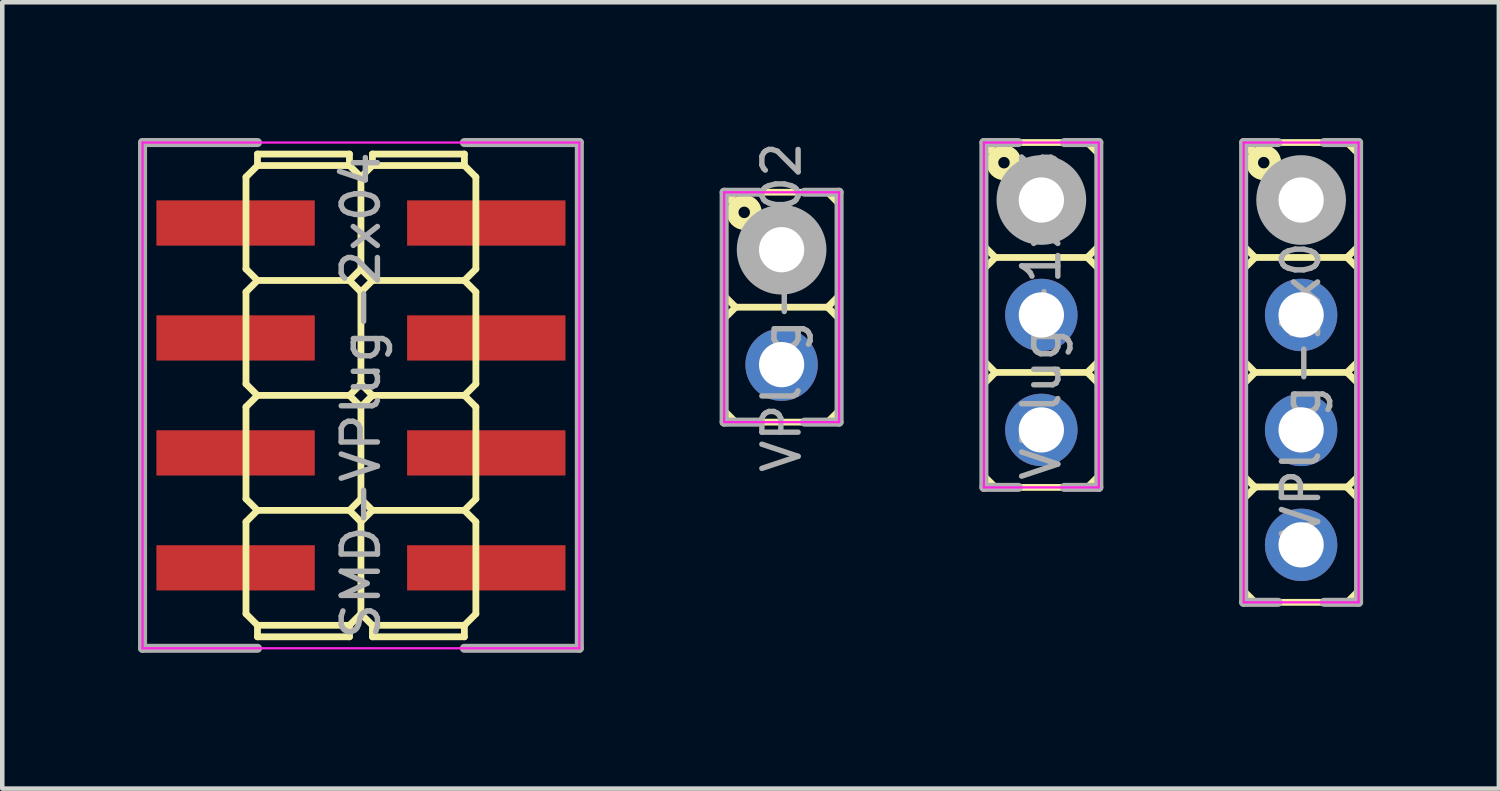
<source format=kicad_pcb>
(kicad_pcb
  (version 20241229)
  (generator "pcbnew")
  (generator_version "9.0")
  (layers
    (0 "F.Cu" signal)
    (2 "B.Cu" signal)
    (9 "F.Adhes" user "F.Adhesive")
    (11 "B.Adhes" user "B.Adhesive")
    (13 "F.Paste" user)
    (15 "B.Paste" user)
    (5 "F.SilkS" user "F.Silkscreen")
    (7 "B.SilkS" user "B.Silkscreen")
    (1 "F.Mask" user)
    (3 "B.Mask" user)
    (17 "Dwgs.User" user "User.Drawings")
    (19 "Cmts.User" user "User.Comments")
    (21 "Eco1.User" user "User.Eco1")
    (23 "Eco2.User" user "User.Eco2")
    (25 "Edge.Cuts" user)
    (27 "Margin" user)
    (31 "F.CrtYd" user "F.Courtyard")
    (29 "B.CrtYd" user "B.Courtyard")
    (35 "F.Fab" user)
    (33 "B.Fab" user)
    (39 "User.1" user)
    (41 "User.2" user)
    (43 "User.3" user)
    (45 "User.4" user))
  (footprint "SMD-VPlug-2x04"
    (layer "F.Cu")
    (at 4.926 5.688)
    (property "Reference" "SMD-VPlug-2x04" (at 0 0 90) (layer "F.Fab") (effects (font (size 0.8 0.8) (thickness 0.12))))
    (attr smd)
    (fp_line (start -2.54 -4.826) (end -2.286 -5.08) (stroke (width 0.15) (type solid)) (layer "F.SilkS"))
    (fp_line (start -2.54 -2.794) (end -2.54 -4.826) (stroke (width 0.15) (type solid)) (layer "F.SilkS"))
    (fp_line (start -2.54 -2.286) (end -2.286 -2.54) (stroke (width 0.15) (type solid)) (layer "F.SilkS"))
    (fp_line (start -2.54 -0.254) (end -2.54 -2.286) (stroke (width 0.15) (type solid)) (layer "F.SilkS"))
    (fp_line (start -2.54 0.254) (end -2.286 0) (stroke (width 0.15) (type solid)) (layer "F.SilkS"))
    (fp_line (start -2.54 2.286) (end -2.54 0.254) (stroke (width 0.15) (type solid)) (layer "F.SilkS"))
    (fp_line (start -2.54 2.794) (end -2.286 2.54) (stroke (width 0.15) (type solid)) (layer "F.SilkS"))
    (fp_line (start -2.54 4.826) (end -2.54 2.794) (stroke (width 0.15) (type solid)) (layer "F.SilkS"))
    (fp_line (start -2.286 -5.334) (end -0.254 -5.334) (stroke (width 0.15) (type solid)) (layer "F.SilkS"))
    (fp_line (start -2.286 -5.08) (end -2.286 -5.334) (stroke (width 0.15) (type solid)) (layer "F.SilkS"))
    (fp_line (start -2.286 -5.08) (end -0.254 -5.08) (stroke (width 0.15) (type solid)) (layer "F.SilkS"))
    (fp_line (start -2.286 -2.54) (end -2.54 -2.794) (stroke (width 0.15) (type solid)) (layer "F.SilkS"))
    (fp_line (start -2.286 0) (end -2.54 -0.254) (stroke (width 0.15) (type solid)) (layer "F.SilkS"))
    (fp_line (start -2.286 2.54) (end -2.54 2.286) (stroke (width 0.15) (type solid)) (layer "F.SilkS"))
    (fp_line (start -2.286 5.08) (end -2.54 4.826) (stroke (width 0.15) (type solid)) (layer "F.SilkS"))
    (fp_line (start -2.286 5.08) (end -2.286 5.334) (stroke (width 0.15) (type solid)) (layer "F.SilkS"))
    (fp_line (start -2.286 5.334) (end -0.254 5.334) (stroke (width 0.15) (type solid)) (layer "F.SilkS"))
    (fp_line (start -0.254 -5.334) (end -0.254 -5.08) (stroke (width 0.15) (type solid)) (layer "F.SilkS"))
    (fp_line (start -0.254 -5.08) (end 0 -4.826) (stroke (width 0.15) (type solid)) (layer "F.SilkS"))
    (fp_line (start -0.254 -2.54) (end -2.286 -2.54) (stroke (width 0.15) (type solid)) (layer "F.SilkS"))
    (fp_line (start -0.254 -2.54) (end 0 -2.286) (stroke (width 0.15) (type solid)) (layer "F.SilkS"))
    (fp_line (start -0.254 0) (end -2.286 0) (stroke (width 0.15) (type solid)) (layer "F.SilkS"))
    (fp_line (start -0.254 0) (end 0 0.254) (stroke (width 0.15) (type solid)) (layer "F.SilkS"))
    (fp_line (start -0.254 2.54) (end -2.286 2.54) (stroke (width 0.15) (type solid)) (layer "F.SilkS"))
    (fp_line (start -0.254 2.54) (end 0 2.794) (stroke (width 0.15) (type solid)) (layer "F.SilkS"))
    (fp_line (start -0.254 5.08) (end -2.286 5.08) (stroke (width 0.15) (type solid)) (layer "F.SilkS"))
    (fp_line (start -0.254 5.334) (end -0.254 5.08) (stroke (width 0.15) (type solid)) (layer "F.SilkS"))
    (fp_line (start 0 -4.826) (end 0 -2.794) (stroke (width 0.15) (type solid)) (layer "F.SilkS"))
    (fp_line (start 0 -4.826) (end 0.254 -5.08) (stroke (width 0.15) (type solid)) (layer "F.SilkS"))
    (fp_line (start 0 -2.794) (end -0.254 -2.54) (stroke (width 0.15) (type solid)) (layer "F.SilkS"))
    (fp_line (start 0 -2.286) (end 0 -0.254) (stroke (width 0.15) (type solid)) (layer "F.SilkS"))
    (fp_line (start 0 -2.286) (end 0.254 -2.54) (stroke (width 0.15) (type solid)) (layer "F.SilkS"))
    (fp_line (start 0 -0.254) (end -0.254 0) (stroke (width 0.15) (type solid)) (layer "F.SilkS"))
    (fp_line (start 0 0.254) (end 0 2.286) (stroke (width 0.15) (type solid)) (layer "F.SilkS"))
    (fp_line (start 0 0.254) (end 0.254 0) (stroke (width 0.15) (type solid)) (layer "F.SilkS"))
    (fp_line (start 0 2.286) (end -0.254 2.54) (stroke (width 0.15) (type solid)) (layer "F.SilkS"))
    (fp_line (start 0 2.794) (end 0 4.826) (stroke (width 0.15) (type solid)) (layer "F.SilkS"))
    (fp_line (start 0 2.794) (end 0.254 2.54) (stroke (width 0.15) (type solid)) (layer "F.SilkS"))
    (fp_line (start 0 4.826) (end -0.254 5.08) (stroke (width 0.15) (type solid)) (layer "F.SilkS"))
    (fp_line (start 0.254 -5.334) (end 2.286 -5.334) (stroke (width 0.15) (type solid)) (layer "F.SilkS"))
    (fp_line (start 0.254 -5.08) (end 0.254 -5.334) (stroke (width 0.15) (type solid)) (layer "F.SilkS"))
    (fp_line (start 0.254 -5.08) (end 2.286 -5.08) (stroke (width 0.15) (type solid)) (layer "F.SilkS"))
    (fp_line (start 0.254 -2.54) (end 0 -2.794) (stroke (width 0.15) (type solid)) (layer "F.SilkS"))
    (fp_line (start 0.254 0) (end 0 -0.254) (stroke (width 0.15) (type solid)) (layer "F.SilkS"))
    (fp_line (start 0.254 2.54) (end 0 2.286) (stroke (width 0.15) (type solid)) (layer "F.SilkS"))
    (fp_line (start 0.254 5.08) (end 0 4.826) (stroke (width 0.15) (type solid)) (layer "F.SilkS"))
    (fp_line (start 0.254 5.08) (end 0.254 5.334) (stroke (width 0.15) (type solid)) (layer "F.SilkS"))
    (fp_line (start 0.254 5.334) (end 2.286 5.334) (stroke (width 0.15) (type solid)) (layer "F.SilkS"))
    (fp_line (start 2.286 -5.334) (end 2.286 -5.08) (stroke (width 0.15) (type solid)) (layer "F.SilkS"))
    (fp_line (start 2.286 -5.08) (end 2.54 -4.826) (stroke (width 0.15) (type solid)) (layer "F.SilkS"))
    (fp_line (start 2.286 -2.54) (end 0.254 -2.54) (stroke (width 0.15) (type solid)) (layer "F.SilkS"))
    (fp_line (start 2.286 -2.54) (end 2.54 -2.286) (stroke (width 0.15) (type solid)) (layer "F.SilkS"))
    (fp_line (start 2.286 0) (end 0.254 0) (stroke (width 0.15) (type solid)) (layer "F.SilkS"))
    (fp_line (start 2.286 0) (end 2.54 0.254) (stroke (width 0.15) (type solid)) (layer "F.SilkS"))
    (fp_line (start 2.286 2.54) (end 0.254 2.54) (stroke (width 0.15) (type solid)) (layer "F.SilkS"))
    (fp_line (start 2.286 2.54) (end 2.54 2.794) (stroke (width 0.15) (type solid)) (layer "F.SilkS"))
    (fp_line (start 2.286 5.08) (end 0.254 5.08) (stroke (width 0.15) (type solid)) (layer "F.SilkS"))
    (fp_line (start 2.286 5.334) (end 2.286 5.08) (stroke (width 0.15) (type solid)) (layer "F.SilkS"))
    (fp_line (start 2.54 -4.826) (end 2.54 -2.794) (stroke (width 0.15) (type solid)) (layer "F.SilkS"))
    (fp_line (start 2.54 -2.794) (end 2.286 -2.54) (stroke (width 0.15) (type solid)) (layer "F.SilkS"))
    (fp_line (start 2.54 -2.286) (end 2.54 -0.254) (stroke (width 0.15) (type solid)) (layer "F.SilkS"))
    (fp_line (start 2.54 -0.254) (end 2.286 0) (stroke (width 0.15) (type solid)) (layer "F.SilkS"))
    (fp_line (start 2.54 0.254) (end 2.54 2.286) (stroke (width 0.15) (type solid)) (layer "F.SilkS"))
    (fp_line (start 2.54 2.286) (end 2.286 2.54) (stroke (width 0.15) (type solid)) (layer "F.SilkS"))
    (fp_line (start 2.54 2.794) (end 2.54 4.826) (stroke (width 0.15) (type solid)) (layer "F.SilkS"))
    (fp_line (start 2.54 4.826) (end 2.286 5.08) (stroke (width 0.15) (type solid)) (layer "F.SilkS"))
    (fp_line (start -4.826 -5.588) (end 4.826 -5.588) (stroke (width 0.05) (type solid)) (layer "F.CrtYd"))
    (fp_line (start -4.826 5.588) (end -4.826 -5.588) (stroke (width 0.05) (type solid)) (layer "F.CrtYd"))
    (fp_line (start 4.826 -5.588) (end 4.826 5.588) (stroke (width 0.05) (type solid)) (layer "F.CrtYd"))
    (fp_line (start 4.826 5.588) (end -4.826 5.588) (stroke (width 0.05) (type solid)) (layer "F.CrtYd"))
    (fp_line (start -4.826 5.588) (end -4.826 -5.588) (stroke (width 0.2) (type solid)) (layer "F.Fab"))
    (fp_line (start -4.826 5.588) (end -2.286 5.588) (stroke (width 0.2) (type solid)) (layer "F.Fab"))
    (fp_line (start -2.286 -5.588) (end -4.826 -5.588) (stroke (width 0.2) (type solid)) (layer "F.Fab"))
    (fp_line (start 2.286 5.588) (end 4.826 5.588) (stroke (width 0.2) (type solid)) (layer "F.Fab"))
    (fp_line (start 4.826 -5.588) (end 2.286 -5.588) (stroke (width 0.2) (type solid)) (layer "F.Fab"))
    (fp_line (start 4.826 -5.588) (end 4.826 5.588) (stroke (width 0.2) (type solid)) (layer "F.Fab"))
    (pad "1" smd rect (at -2.77 -3.81) (size 3.5 1) (layers "F.Cu" "F.Mask"))
    (pad "2" smd rect (at 2.77 -3.81) (size 3.5 1) (layers "F.Cu" "F.Mask"))
    (pad "3" smd rect (at -2.77 -1.27) (size 3.5 1) (layers "F.Cu" "F.Mask"))
    (pad "4" smd rect (at 2.77 -1.27) (size 3.5 1) (layers "F.Cu" "F.Mask"))
    (pad "5" smd rect (at -2.77 1.27) (size 3.5 1) (layers "F.Cu" "F.Mask"))
    (pad "6" smd rect (at 2.77 1.27) (size 3.5 1) (layers "F.Cu" "F.Mask"))
    (pad "7" smd rect (at -2.77 3.81) (size 3.5 1) (layers "F.Cu" "F.Mask"))
    (pad "8" smd rect (at 2.77 3.81) (size 3.5 1) (layers "F.Cu" "F.Mask")))
  (footprint "VPlug-1x02"
    (layer "F.Cu")
    (at 14.222 3.738)
    (property "Reference" "VPlug-1x02" (at 0 0 270) (layer "F.Fab") (effects (font (size 0.8 0.8) (thickness 0.12))))
    (attr through_hole)
    (fp_line (start -1.27 -2.286) (end -1.27 -0.254) (stroke (width 0.15) (type solid)) (layer "F.SilkS"))
    (fp_line (start -1.27 -2.286) (end -1.016 -2.54) (stroke (width 0.15) (type solid)) (layer "F.SilkS"))
    (fp_line (start -1.27 -0.254) (end -1.016 0) (stroke (width 0.15) (type solid)) (layer "F.SilkS"))
    (fp_line (start -1.27 0.254) (end -1.27 2.286) (stroke (width 0.15) (type solid)) (layer "F.SilkS"))
    (fp_line (start -1.27 2.286) (end -1.016 2.54) (stroke (width 0.15) (type solid)) (layer "F.SilkS"))
    (fp_line (start -1.016 -2.54) (end 1.016 -2.54) (stroke (width 0.15) (type solid)) (layer "F.SilkS"))
    (fp_line (start -1.016 0) (end -1.27 0.254) (stroke (width 0.15) (type solid)) (layer "F.SilkS"))
    (fp_line (start 1.016 -2.54) (end 1.27 -2.286) (stroke (width 0.15) (type solid)) (layer "F.SilkS"))
    (fp_line (start 1.016 0) (end -1.016 0) (stroke (width 0.15) (type solid)) (layer "F.SilkS"))
    (fp_line (start 1.016 2.54) (end -1.016 2.54) (stroke (width 0.15) (type solid)) (layer "F.SilkS"))
    (fp_line (start 1.016 2.54) (end 1.27 2.286) (stroke (width 0.15) (type solid)) (layer "F.SilkS"))
    (fp_line (start 1.27 -2.286) (end 1.27 -0.254) (stroke (width 0.15) (type solid)) (layer "F.SilkS"))
    (fp_line (start 1.27 -0.254) (end 1.016 0) (stroke (width 0.15) (type solid)) (layer "F.SilkS"))
    (fp_line (start 1.27 0.254) (end 1.016 0) (stroke (width 0.15) (type solid)) (layer "F.SilkS"))
    (fp_line (start 1.27 2.286) (end 1.27 0.254) (stroke (width 0.15) (type solid)) (layer "F.SilkS"))
    (fp_circle (center -0.826 -2.095) (end -0.699 -2.095) (stroke (width 0.26) (type solid)) (fill no) (layer "F.SilkS"))
    (fp_line (start -1.27 -2.54) (end 1.27 -2.54) (stroke (width 0.05) (type solid)) (layer "F.CrtYd"))
    (fp_line (start -1.27 2.54) (end -1.27 -2.54) (stroke (width 0.05) (type solid)) (layer "F.CrtYd"))
    (fp_line (start 1.27 -2.54) (end 1.27 2.54) (stroke (width 0.05) (type solid)) (layer "F.CrtYd"))
    (fp_line (start 1.27 2.54) (end -1.27 2.54) (stroke (width 0.05) (type solid)) (layer "F.CrtYd"))
    (fp_line (start -1.27 -2.54) (end -1.27 2.54) (stroke (width 0.2) (type solid)) (layer "F.Fab"))
    (fp_line (start -0.508 -2.54) (end -1.27 -2.54) (stroke (width 0.2) (type solid)) (layer "F.Fab"))
    (fp_line (start -0.508 2.54) (end -1.27 2.54) (stroke (width 0.2) (type solid)) (layer "F.Fab"))
    (fp_line (start 1.27 -2.54) (end 0.508 -2.54) (stroke (width 0.2) (type solid)) (layer "F.Fab"))
    (fp_line (start 1.27 2.54) (end 0.508 2.54) (stroke (width 0.2) (type solid)) (layer "F.Fab"))
    (fp_line (start 1.27 2.54) (end 1.27 -2.54) (stroke (width 0.2) (type solid)) (layer "F.Fab"))
    (fp_circle (center 0 -1.27) (end 0 -1.079) (stroke (width 0.8) (type solid)) (fill no) (layer "F.Fab"))
    (pad "1" thru_hole circle (at 0 -1.27) (size 1.6 1.6) (drill 1) (layers "*.Cu" "*.Mask"))
    (pad "2" thru_hole circle (at 0 1.27) (size 1.6 1.6) (drill 1) (layers "*.Cu" "*.Mask")))
  (footprint "VPlug-1x03"
    (layer "F.Cu")
    (at 19.962 3.91)
    (property "Reference" "VPlug-1x03" (at 0 0 270) (layer "F.Fab") (effects (font (size 0.8 0.8) (thickness 0.12))))
    (attr through_hole)
    (fp_line (start -1.27 -3.556) (end -1.27 -1.524) (stroke (width 0.15) (type solid)) (layer "F.SilkS"))
    (fp_line (start -1.27 -3.556) (end -1.016 -3.81) (stroke (width 0.15) (type solid)) (layer "F.SilkS"))
    (fp_line (start -1.27 -1.524) (end -1.016 -1.27) (stroke (width 0.15) (type solid)) (layer "F.SilkS"))
    (fp_line (start -1.27 -1.016) (end -1.27 1.016) (stroke (width 0.15) (type solid)) (layer "F.SilkS"))
    (fp_line (start -1.27 1.016) (end -1.016 1.27) (stroke (width 0.15) (type solid)) (layer "F.SilkS"))
    (fp_line (start -1.27 1.524) (end -1.27 3.556) (stroke (width 0.15) (type solid)) (layer "F.SilkS"))
    (fp_line (start -1.27 3.556) (end -1.016 3.81) (stroke (width 0.15) (type solid)) (layer "F.SilkS"))
    (fp_line (start -1.016 -3.81) (end 1.016 -3.81) (stroke (width 0.15) (type solid)) (layer "F.SilkS"))
    (fp_line (start -1.016 -1.27) (end -1.27 -1.016) (stroke (width 0.15) (type solid)) (layer "F.SilkS"))
    (fp_line (start -1.016 1.27) (end -1.27 1.524) (stroke (width 0.15) (type solid)) (layer "F.SilkS"))
    (fp_line (start -1.016 1.27) (end 1.016 1.27) (stroke (width 0.15) (type solid)) (layer "F.SilkS"))
    (fp_line (start 1.016 -3.81) (end 1.27 -3.556) (stroke (width 0.15) (type solid)) (layer "F.SilkS"))
    (fp_line (start 1.016 -1.27) (end -1.016 -1.27) (stroke (width 0.15) (type solid)) (layer "F.SilkS"))
    (fp_line (start 1.016 1.27) (end 1.27 1.016) (stroke (width 0.15) (type solid)) (layer "F.SilkS"))
    (fp_line (start 1.016 3.81) (end -1.016 3.81) (stroke (width 0.15) (type solid)) (layer "F.SilkS"))
    (fp_line (start 1.016 3.81) (end 1.27 3.556) (stroke (width 0.15) (type solid)) (layer "F.SilkS"))
    (fp_line (start 1.27 -3.556) (end 1.27 -1.524) (stroke (width 0.15) (type solid)) (layer "F.SilkS"))
    (fp_line (start 1.27 -1.524) (end 1.016 -1.27) (stroke (width 0.15) (type solid)) (layer "F.SilkS"))
    (fp_line (start 1.27 -1.016) (end 1.016 -1.27) (stroke (width 0.15) (type solid)) (layer "F.SilkS"))
    (fp_line (start 1.27 1.016) (end 1.27 -1.016) (stroke (width 0.15) (type solid)) (layer "F.SilkS"))
    (fp_line (start 1.27 1.524) (end 1.016 1.27) (stroke (width 0.15) (type solid)) (layer "F.SilkS"))
    (fp_line (start 1.27 3.556) (end 1.27 1.524) (stroke (width 0.15) (type solid)) (layer "F.SilkS"))
    (fp_circle (center -0.826 -3.365) (end -0.699 -3.365) (stroke (width 0.26) (type solid)) (fill no) (layer "F.SilkS"))
    (fp_line (start -1.27 -3.81) (end 1.27 -3.81) (stroke (width 0.05) (type solid)) (layer "F.CrtYd"))
    (fp_line (start -1.27 3.81) (end -1.27 -3.81) (stroke (width 0.05) (type solid)) (layer "F.CrtYd"))
    (fp_line (start 1.27 -3.81) (end 1.27 3.81) (stroke (width 0.05) (type solid)) (layer "F.CrtYd"))
    (fp_line (start 1.27 3.81) (end -1.27 3.81) (stroke (width 0.05) (type solid)) (layer "F.CrtYd"))
    (fp_line (start -1.27 -3.81) (end -1.27 3.81) (stroke (width 0.2) (type solid)) (layer "F.Fab"))
    (fp_line (start -0.508 -3.81) (end -1.27 -3.81) (stroke (width 0.2) (type solid)) (layer "F.Fab"))
    (fp_line (start -0.508 3.81) (end -1.27 3.81) (stroke (width 0.2) (type solid)) (layer "F.Fab"))
    (fp_line (start 1.27 -3.81) (end 0.508 -3.81) (stroke (width 0.2) (type solid)) (layer "F.Fab"))
    (fp_line (start 1.27 3.81) (end 0.508 3.81) (stroke (width 0.2) (type solid)) (layer "F.Fab"))
    (fp_line (start 1.27 3.81) (end 1.27 -3.81) (stroke (width 0.2) (type solid)) (layer "F.Fab"))
    (fp_circle (center 0 -2.54) (end 0 -2.349) (stroke (width 0.8) (type solid)) (fill no) (layer "F.Fab"))
    (pad "1" thru_hole circle (at 0 -2.54) (size 1.6 1.6) (drill 1) (layers "*.Cu" "*.Mask"))
    (pad "2" thru_hole circle (at 0 0) (size 1.6 1.6) (drill 1) (layers "*.Cu" "*.Mask"))
    (pad "3" thru_hole circle (at 0 2.54) (size 1.6 1.6) (drill 1) (layers "*.Cu" "*.Mask")))
  (footprint "VPlug-1x04"
    (layer "F.Cu")
    (at 25.702 5.18)
    (property "Reference" "VPlug-1x04" (at 0 0 270) (layer "F.Fab") (effects (font (size 0.8 0.8) (thickness 0.12))))
    (attr through_hole)
    (fp_line (start -1.27 -4.826) (end -1.27 -2.794) (stroke (width 0.15) (type solid)) (layer "F.SilkS"))
    (fp_line (start -1.27 -4.826) (end -1.016 -5.08) (stroke (width 0.15) (type solid)) (layer "F.SilkS"))
    (fp_line (start -1.27 -2.794) (end -1.016 -2.54) (stroke (width 0.15) (type solid)) (layer "F.SilkS"))
    (fp_line (start -1.27 -2.286) (end -1.27 -0.254) (stroke (width 0.15) (type solid)) (layer "F.SilkS"))
    (fp_line (start -1.27 -0.254) (end -1.016 0) (stroke (width 0.15) (type solid)) (layer "F.SilkS"))
    (fp_line (start -1.27 0.254) (end -1.27 2.286) (stroke (width 0.15) (type solid)) (layer "F.SilkS"))
    (fp_line (start -1.27 2.286) (end -1.016 2.54) (stroke (width 0.15) (type solid)) (layer "F.SilkS"))
    (fp_line (start -1.27 2.794) (end -1.27 4.826) (stroke (width 0.15) (type solid)) (layer "F.SilkS"))
    (fp_line (start -1.27 4.826) (end -1.016 5.08) (stroke (width 0.15) (type solid)) (layer "F.SilkS"))
    (fp_line (start -1.016 -5.08) (end 1.016 -5.08) (stroke (width 0.15) (type solid)) (layer "F.SilkS"))
    (fp_line (start -1.016 -2.54) (end -1.27 -2.286) (stroke (width 0.15) (type solid)) (layer "F.SilkS"))
    (fp_line (start -1.016 0) (end -1.27 0.254) (stroke (width 0.15) (type solid)) (layer "F.SilkS"))
    (fp_line (start -1.016 0) (end 1.016 0) (stroke (width 0.15) (type solid)) (layer "F.SilkS"))
    (fp_line (start -1.016 2.54) (end -1.27 2.794) (stroke (width 0.15) (type solid)) (layer "F.SilkS"))
    (fp_line (start 1.016 -5.08) (end 1.27 -4.826) (stroke (width 0.15) (type solid)) (layer "F.SilkS"))
    (fp_line (start 1.016 -2.54) (end -1.016 -2.54) (stroke (width 0.15) (type solid)) (layer "F.SilkS"))
    (fp_line (start 1.016 0) (end 1.27 -0.254) (stroke (width 0.15) (type solid)) (layer "F.SilkS"))
    (fp_line (start 1.016 2.53) (end -1.016 2.53) (stroke (width 0.15) (type solid)) (layer "F.SilkS"))
    (fp_line (start 1.016 2.54) (end 1.27 2.286) (stroke (width 0.15) (type solid)) (layer "F.SilkS"))
    (fp_line (start 1.016 5.08) (end -1.016 5.08) (stroke (width 0.15) (type solid)) (layer "F.SilkS"))
    (fp_line (start 1.016 5.08) (end 1.27 4.826) (stroke (width 0.15) (type solid)) (layer "F.SilkS"))
    (fp_line (start 1.27 -4.826) (end 1.27 -2.794) (stroke (width 0.15) (type solid)) (layer "F.SilkS"))
    (fp_line (start 1.27 -2.794) (end 1.016 -2.54) (stroke (width 0.15) (type solid)) (layer "F.SilkS"))
    (fp_line (start 1.27 -2.286) (end 1.016 -2.54) (stroke (width 0.15) (type solid)) (layer "F.SilkS"))
    (fp_line (start 1.27 -0.254) (end 1.27 -2.286) (stroke (width 0.15) (type solid)) (layer "F.SilkS"))
    (fp_line (start 1.27 0.254) (end 1.016 0) (stroke (width 0.15) (type solid)) (layer "F.SilkS"))
    (fp_line (start 1.27 2.286) (end 1.27 0.254) (stroke (width 0.15) (type solid)) (layer "F.SilkS"))
    (fp_line (start 1.27 2.794) (end 1.016 2.54) (stroke (width 0.15) (type solid)) (layer "F.SilkS"))
    (fp_line (start 1.27 4.826) (end 1.27 2.794) (stroke (width 0.15) (type solid)) (layer "F.SilkS"))
    (fp_circle (center -0.826 -4.636) (end -0.699 -4.636) (stroke (width 0.26) (type solid)) (fill no) (layer "F.SilkS"))
    (fp_line (start -1.27 -5.08) (end 1.27 -5.08) (stroke (width 0.05) (type solid)) (layer "F.CrtYd"))
    (fp_line (start -1.27 5.08) (end -1.27 -5.08) (stroke (width 0.05) (type solid)) (layer "F.CrtYd"))
    (fp_line (start 1.27 -5.08) (end 1.27 5.08) (stroke (width 0.05) (type solid)) (layer "F.CrtYd"))
    (fp_line (start 1.27 5.08) (end -1.27 5.08) (stroke (width 0.05) (type solid)) (layer "F.CrtYd"))
    (fp_line (start -1.27 -5.08) (end -1.27 5.08) (stroke (width 0.2) (type solid)) (layer "F.Fab"))
    (fp_line (start -0.508 -5.08) (end -1.27 -5.08) (stroke (width 0.2) (type solid)) (layer "F.Fab"))
    (fp_line (start -0.508 5.08) (end -1.27 5.08) (stroke (width 0.2) (type solid)) (layer "F.Fab"))
    (fp_line (start 1.27 -5.08) (end 0.508 -5.08) (stroke (width 0.2) (type solid)) (layer "F.Fab"))
    (fp_line (start 1.27 5.08) (end 0.508 5.08) (stroke (width 0.2) (type solid)) (layer "F.Fab"))
    (fp_line (start 1.27 5.08) (end 1.27 -5.08) (stroke (width 0.2) (type solid)) (layer "F.Fab"))
    (fp_circle (center 0 -3.81) (end 0 -3.619) (stroke (width 0.8) (type solid)) (fill no) (layer "F.Fab"))
    (pad "1" thru_hole circle (at 0 -3.81) (size 1.6 1.6) (drill 1) (layers "*.Cu" "*.Mask"))
    (pad "2" thru_hole circle (at 0 -1.27) (size 1.6 1.6) (drill 1) (layers "*.Cu" "*.Mask"))
    (pad "3" thru_hole circle (at 0 1.27) (size 1.6 1.6) (drill 1) (layers "*.Cu" "*.Mask"))
    (pad "4" thru_hole circle (at 0 3.81) (size 1.6 1.6) (drill 1) (layers "*.Cu" "*.Mask")))
  (gr_rect
    (start -3 -3)
    (end 30.072 14.376)
    (stroke (width 0.1) (type default))
    (fill no)
    (layer "Edge.Cuts")))
</source>
